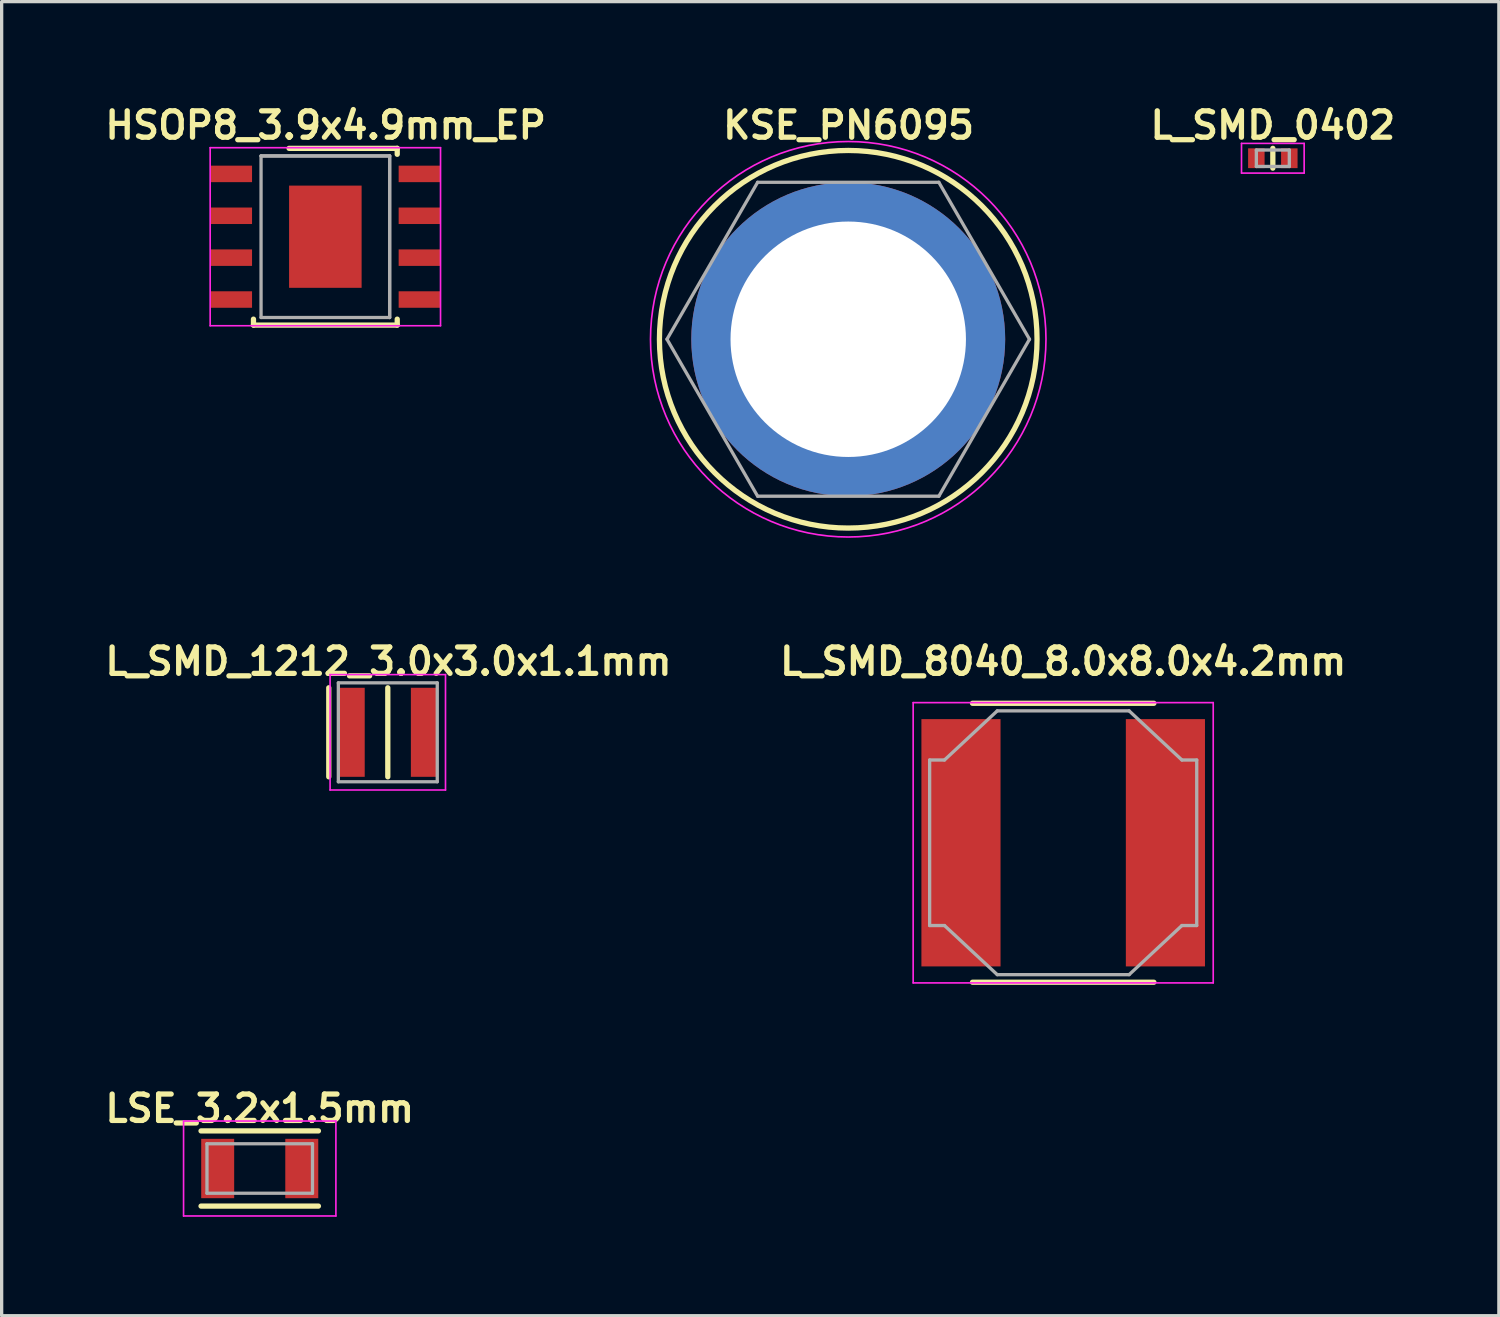
<source format=kicad_pcb>
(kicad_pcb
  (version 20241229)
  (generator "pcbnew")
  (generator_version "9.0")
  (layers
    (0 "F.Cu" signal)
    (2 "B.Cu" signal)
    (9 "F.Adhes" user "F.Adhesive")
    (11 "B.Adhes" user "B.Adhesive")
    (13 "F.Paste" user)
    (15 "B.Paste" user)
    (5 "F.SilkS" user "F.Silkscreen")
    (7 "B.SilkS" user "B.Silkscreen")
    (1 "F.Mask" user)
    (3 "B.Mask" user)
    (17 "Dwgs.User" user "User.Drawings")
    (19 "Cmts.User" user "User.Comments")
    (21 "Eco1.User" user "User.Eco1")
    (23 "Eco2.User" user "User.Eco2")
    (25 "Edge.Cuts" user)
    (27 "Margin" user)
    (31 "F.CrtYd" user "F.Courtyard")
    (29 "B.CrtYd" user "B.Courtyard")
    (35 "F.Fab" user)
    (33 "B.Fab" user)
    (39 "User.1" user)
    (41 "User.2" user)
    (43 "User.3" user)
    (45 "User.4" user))
  (footprint "LSE_3.2x1.5mm"
    (layer "F.Cu")
    (at 4.827 32.388)
    (property "Reference" "LSE_3.2x1.5mm" (at 0 -1.82 0) (layer "F.SilkS") (effects (font (size 0.8 0.8) (thickness 0.16))))
    (attr through_hole)
    (fp_line (start -1.78 1.14) (end 1.78 1.14) (stroke (width 0.16) (type solid)) (layer "F.SilkS"))
    (fp_line (start 1.78 -1.14) (end -1.78 -1.14) (stroke (width 0.16) (type solid)) (layer "F.SilkS"))
    (fp_line (start -2.31 -1.44) (end 2.31 -1.44) (stroke (width 0.05) (type solid)) (layer "F.CrtYd"))
    (fp_line (start -2.31 1.44) (end -2.31 -1.44) (stroke (width 0.05) (type solid)) (layer "F.CrtYd"))
    (fp_line (start 2.31 -1.44) (end 2.31 1.44) (stroke (width 0.05) (type solid)) (layer "F.CrtYd"))
    (fp_line (start 2.31 1.44) (end -2.31 1.44) (stroke (width 0.05) (type solid)) (layer "F.CrtYd"))
    (fp_line (start -1.6 -0.75) (end -1.6 0.75) (stroke (width 0.1) (type solid)) (layer "F.Fab"))
    (fp_line (start -1.6 -0.75) (end 1.6 -0.75) (stroke (width 0.1) (type solid)) (layer "F.Fab"))
    (fp_line (start 1.6 -0.75) (end 1.6 0.75) (stroke (width 0.1) (type solid)) (layer "F.Fab"))
    (fp_line (start 1.6 0.75) (end -1.6 0.75) (stroke (width 0.1) (type solid)) (layer "F.Fab"))
    (pad "1" smd rect (at -1.275 0) (size 1 1.8) (layers "F.Cu" "F.Mask" "F.Paste"))
    (pad "2" smd rect (at 1.275 0) (size 1 1.8) (layers "F.Cu" "F.Mask" "F.Paste")))
  (footprint "KSE_PN6095"
    (layer "F.Cu")
    (at 22.675 7.239)
    (property "Reference" "KSE_PN6095" (at 0.01 -6.49 0) (layer "F.SilkS") (effects (font (size 0.8 0.8) (thickness 0.16))))
    (attr through_hole)
    (fp_circle (center 0 0) (end 5.726 0) (stroke (width 0.16) (type solid)) (fill no) (layer "F.SilkS"))
    (fp_circle (center 0 0) (end 5.997 0) (stroke (width 0.05) (type solid)) (fill no) (layer "F.CrtYd"))
    (fp_line (start -2.748 -4.76) (end -5.497 0) (stroke (width 0.1) (type solid)) (layer "F.Fab"))
    (fp_line (start -2.748 -4.76) (end 2.748 -4.76) (stroke (width 0.1) (type solid)) (layer "F.Fab"))
    (fp_line (start -2.748 4.76) (end -5.497 0) (stroke (width 0.1) (type solid)) (layer "F.Fab"))
    (fp_line (start 2.748 -4.76) (end 5.497 0) (stroke (width 0.1) (type solid)) (layer "F.Fab"))
    (fp_line (start 2.748 4.76) (end -2.748 4.76) (stroke (width 0.1) (type solid)) (layer "F.Fab"))
    (fp_line (start 2.748 4.76) (end 5.497 0) (stroke (width 0.1) (type solid)) (layer "F.Fab"))
    (pad "1" thru_hole circle (at 0 0) (size 9.52 9.52) (drill 7.14) (layers "*.Cu" "*.Mask")))
  (footprint "L_SMD_8040_8.0x8.0x4.2mm"
    (layer "F.Cu")
    (at 29.194 22.509)
    (property "Reference" "L_SMD_8040_8.0x8.0x4.2mm" (at 0 -5.5 0) (layer "F.SilkS") (effects (font (size 0.8 0.8) (thickness 0.16))))
    (attr through_hole)
    (fp_line (start -2.75 -4.23) (end 2.75 -4.23) (stroke (width 0.16) (type solid)) (layer "F.SilkS"))
    (fp_line (start 2.75 4.23) (end -2.75 4.23) (stroke (width 0.16) (type solid)) (layer "F.SilkS"))
    (fp_line (start -4.55 -4.25) (end 4.55 -4.25) (stroke (width 0.05) (type solid)) (layer "F.CrtYd"))
    (fp_line (start -4.55 4.25) (end -4.55 -4.25) (stroke (width 0.05) (type solid)) (layer "F.CrtYd"))
    (fp_line (start 4.55 -4.25) (end 4.55 4.25) (stroke (width 0.05) (type solid)) (layer "F.CrtYd"))
    (fp_line (start 4.55 4.25) (end -4.55 4.25) (stroke (width 0.05) (type solid)) (layer "F.CrtYd"))
    (fp_line (start -4.05 -2.51) (end -4.05 2.51) (stroke (width 0.1) (type solid)) (layer "F.Fab"))
    (fp_line (start -4.05 -2.51) (end -3.6 -2.51) (stroke (width 0.1) (type solid)) (layer "F.Fab"))
    (fp_line (start -3.6 -2.51) (end -2 -4) (stroke (width 0.1) (type solid)) (layer "F.Fab"))
    (fp_line (start -3.6 2.51) (end -4.05 2.51) (stroke (width 0.1) (type solid)) (layer "F.Fab"))
    (fp_line (start -2 -4) (end 2 -4) (stroke (width 0.1) (type solid)) (layer "F.Fab"))
    (fp_line (start -2 4) (end -3.6 2.51) (stroke (width 0.1) (type solid)) (layer "F.Fab"))
    (fp_line (start 2 4) (end -2 4) (stroke (width 0.1) (type solid)) (layer "F.Fab"))
    (fp_line (start 3.6 -2.51) (end 2 -4) (stroke (width 0.1) (type solid)) (layer "F.Fab"))
    (fp_line (start 3.6 -2.51) (end 4.05 -2.51) (stroke (width 0.1) (type solid)) (layer "F.Fab"))
    (fp_line (start 3.6 2.51) (end 2 4) (stroke (width 0.1) (type solid)) (layer "F.Fab"))
    (fp_line (start 4.05 2.51) (end 3.6 2.51) (stroke (width 0.1) (type solid)) (layer "F.Fab"))
    (fp_line (start 4.05 2.51) (end 4.05 -2.51) (stroke (width 0.1) (type solid)) (layer "F.Fab"))
    (pad "" smd rect (at -3.1 -2.87) (size 2.4 1.75) (layers "F.Paste"))
    (pad "" smd rect (at -3.1 -0.937) (size 2.4 1.75) (layers "F.Paste"))
    (pad "" smd rect (at -3.1 0.997) (size 2.4 1.75) (layers "F.Paste"))
    (pad "" smd rect (at -3.1 2.93) (size 2.4 1.75) (layers "F.Paste"))
    (pad "" smd rect (at 3.1 -2.93 180) (size 2.4 1.75) (layers "F.Paste"))
    (pad "" smd rect (at 3.1 -0.997 180) (size 2.4 1.75) (layers "F.Paste"))
    (pad "" smd rect (at 3.1 0.937 180) (size 2.4 1.75) (layers "F.Paste"))
    (pad "" smd rect (at 3.1 2.87 180) (size 2.4 1.75) (layers "F.Paste"))
    (pad "1" smd rect (at -3.1 0) (size 2.4 7.5) (layers "F.Cu" "F.Mask"))
    (pad "2" smd rect (at 3.1 0) (size 2.4 7.5) (layers "F.Cu" "F.Mask")))
  (footprint "L_SMD_0402"
    (layer "F.Cu")
    (at 35.552 1.749)
    (property "Reference" "L_SMD_0402" (at 0 -1 0) (layer "F.SilkS") (effects (font (size 0.8 0.8) (thickness 0.16))))
    (attr through_hole)
    (fp_line (start 0 -0.3) (end 0 0.3) (stroke (width 0.16) (type solid)) (layer "F.SilkS"))
    (fp_line (start -0.95 -0.45) (end 0.95 -0.45) (stroke (width 0.05) (type solid)) (layer "F.CrtYd"))
    (fp_line (start -0.95 0.45) (end -0.95 -0.45) (stroke (width 0.05) (type solid)) (layer "F.CrtYd"))
    (fp_line (start -0.95 0.45) (end 0.95 0.45) (stroke (width 0.05) (type solid)) (layer "F.CrtYd"))
    (fp_line (start 0.95 0.45) (end 0.95 -0.45) (stroke (width 0.05) (type solid)) (layer "F.CrtYd"))
    (fp_line (start -0.5 -0.25) (end 0.5 -0.25) (stroke (width 0.1) (type solid)) (layer "F.Fab"))
    (fp_line (start -0.5 0.25) (end -0.5 -0.25) (stroke (width 0.1) (type solid)) (layer "F.Fab"))
    (fp_line (start -0.5 0.25) (end 0.5 0.25) (stroke (width 0.1) (type solid)) (layer "F.Fab"))
    (fp_line (start 0.5 0.25) (end 0.5 -0.25) (stroke (width 0.1) (type solid)) (layer "F.Fab"))
    (pad "1" smd rect (at -0.5 0) (size 0.5 0.6) (layers "F.Cu" "F.Mask" "F.Paste"))
    (pad "2" smd rect (at 0.5 0) (size 0.5 0.6) (layers "F.Cu" "F.Mask" "F.Paste")))
  (footprint "HSOP8_3.9x4.9mm_EP"
    (layer "F.Cu")
    (at 6.817 4.129)
    (property "Reference" "HSOP8_3.9x4.9mm_EP" (at 0.01 -3.38 0) (layer "F.SilkS") (effects (font (size 0.8 0.8) (thickness 0.16))))
    (attr through_hole)
    (fp_line (start -2.18 2.5) (end -2.18 2.68) (stroke (width 0.16) (type solid)) (layer "F.SilkS"))
    (fp_line (start -1.1 -2.68) (end 2.18 -2.68) (stroke (width 0.16) (type solid)) (layer "F.SilkS"))
    (fp_line (start 2.18 -2.5) (end 2.18 -2.68) (stroke (width 0.16) (type solid)) (layer "F.SilkS"))
    (fp_line (start 2.18 2.5) (end 2.18 2.68) (stroke (width 0.16) (type solid)) (layer "F.SilkS"))
    (fp_line (start 2.18 2.68) (end -2.18 2.68) (stroke (width 0.16) (type solid)) (layer "F.SilkS"))
    (fp_line (start -3.493 -2.7) (end -3.493 2.7) (stroke (width 0.05) (type solid)) (layer "F.CrtYd"))
    (fp_line (start -3.493 -2.7) (end 3.493 -2.7) (stroke (width 0.05) (type solid)) (layer "F.CrtYd"))
    (fp_line (start 3.493 -2.7) (end 3.493 2.7) (stroke (width 0.05) (type solid)) (layer "F.CrtYd"))
    (fp_line (start 3.493 2.7) (end -3.493 2.7) (stroke (width 0.05) (type solid)) (layer "F.CrtYd"))
    (fp_line (start -1.95 -2.45) (end 1.95 -2.45) (stroke (width 0.1) (type solid)) (layer "F.Fab"))
    (fp_line (start -1.95 -2.45) (end 1.95 -2.45) (stroke (width 0.1) (type solid)) (layer "F.Fab"))
    (fp_line (start -1.95 2.45) (end -1.95 -2.45) (stroke (width 0.1) (type solid)) (layer "F.Fab"))
    (fp_line (start 1.95 -2.45) (end 1.95 2.45) (stroke (width 0.1) (type solid)) (layer "F.Fab"))
    (fp_line (start 1.95 -2.45) (end 1.95 2.45) (stroke (width 0.1) (type solid)) (layer "F.Fab"))
    (fp_line (start 1.95 2.45) (end -1.95 2.45) (stroke (width 0.1) (type solid)) (layer "F.Fab"))
    (pad "" smd rect (at 0 -0.775) (size 2 1.35) (layers "F.Paste"))
    (pad "" smd rect (at 0 0.775 180) (size 2 1.35) (layers "F.Paste"))
    (pad "1" smd rect (at -2.858 -1.905) (size 1.27 0.5) (layers "F.Cu" "F.Mask" "F.Paste"))
    (pad "2" smd rect (at -2.858 -0.635) (size 1.27 0.5) (layers "F.Cu" "F.Mask" "F.Paste"))
    (pad "3" smd rect (at -2.858 0.635) (size 1.27 0.5) (layers "F.Cu" "F.Mask" "F.Paste"))
    (pad "4" smd rect (at -2.858 1.905) (size 1.27 0.5) (layers "F.Cu" "F.Mask" "F.Paste"))
    (pad "5" smd rect (at 2.858 1.905) (size 1.27 0.5) (layers "F.Cu" "F.Mask" "F.Paste"))
    (pad "6" smd rect (at 2.858 0.635) (size 1.27 0.5) (layers "F.Cu" "F.Mask" "F.Paste"))
    (pad "7" smd rect (at 2.858 -0.635) (size 1.27 0.5) (layers "F.Cu" "F.Mask" "F.Paste"))
    (pad "8" smd rect (at 2.858 -1.905) (size 1.27 0.5) (layers "F.Cu" "F.Mask" "F.Paste"))
    (pad "25" smd rect (at 0 0) (size 2.2 3.1) (layers "F.Cu" "F.Mask")))
  (footprint "L_SMD_1212_3.0x3.0x1.1mm"
    (layer "F.Cu")
    (at 8.711 19.159)
    (property "Reference" "L_SMD_1212_3.0x3.0x1.1mm" (at 0.02 -2.15 0) (layer "F.SilkS") (effects (font (size 0.8 0.8) (thickness 0.16))))
    (attr through_hole)
    (fp_line (start -1.79 -1.35) (end -1.79 1.35) (stroke (width 0.16) (type solid)) (layer "F.SilkS"))
    (fp_line (start 0 -1.35) (end 0 1.35) (stroke (width 0.16) (type solid)) (layer "F.SilkS"))
    (fp_line (start -1.75 -1.75) (end 1.75 -1.75) (stroke (width 0.05) (type solid)) (layer "F.CrtYd"))
    (fp_line (start -1.75 1.75) (end -1.75 -1.75) (stroke (width 0.05) (type solid)) (layer "F.CrtYd"))
    (fp_line (start 1.75 -1.75) (end 1.75 1.75) (stroke (width 0.05) (type solid)) (layer "F.CrtYd"))
    (fp_line (start 1.75 1.75) (end -1.75 1.75) (stroke (width 0.05) (type solid)) (layer "F.CrtYd"))
    (fp_line (start -1.5 -1.5) (end -1.5 1.5) (stroke (width 0.1) (type solid)) (layer "F.Fab"))
    (fp_line (start -1.5 1.5) (end 1.5 1.5) (stroke (width 0.1) (type solid)) (layer "F.Fab"))
    (fp_line (start 1.5 -1.5) (end -1.5 -1.5) (stroke (width 0.1) (type solid)) (layer "F.Fab"))
    (fp_line (start 1.5 1.5) (end 1.5 -1.5) (stroke (width 0.1) (type solid)) (layer "F.Fab"))
    (pad "1" smd rect (at -1.1 0) (size 0.8 2.7) (layers "F.Cu" "F.Mask" "F.Paste"))
    (pad "2" smd rect (at 1.1 0) (size 0.8 2.7) (layers "F.Cu" "F.Mask" "F.Paste")))
  (gr_rect
    (start -3 -3)
    (end 42.407 36.853)
    (stroke (width 0.1) (type default))
    (fill no)
    (layer "Edge.Cuts")))
</source>
